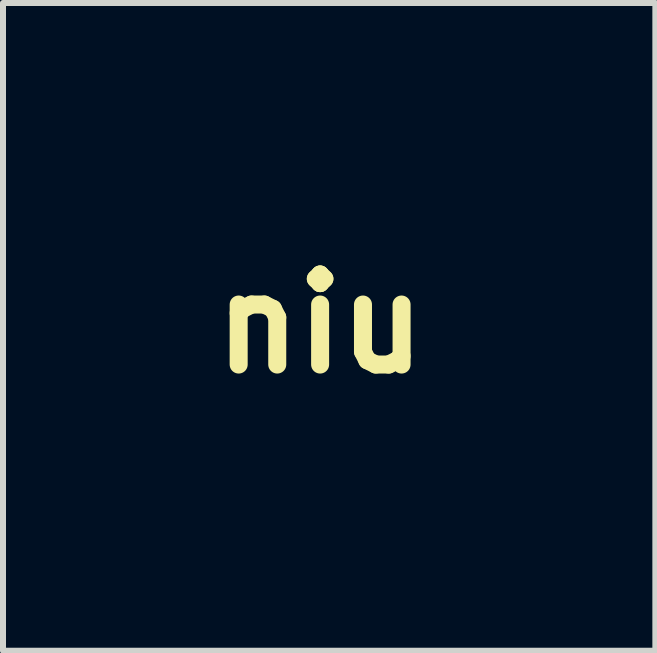
<source format=kicad_pcb>
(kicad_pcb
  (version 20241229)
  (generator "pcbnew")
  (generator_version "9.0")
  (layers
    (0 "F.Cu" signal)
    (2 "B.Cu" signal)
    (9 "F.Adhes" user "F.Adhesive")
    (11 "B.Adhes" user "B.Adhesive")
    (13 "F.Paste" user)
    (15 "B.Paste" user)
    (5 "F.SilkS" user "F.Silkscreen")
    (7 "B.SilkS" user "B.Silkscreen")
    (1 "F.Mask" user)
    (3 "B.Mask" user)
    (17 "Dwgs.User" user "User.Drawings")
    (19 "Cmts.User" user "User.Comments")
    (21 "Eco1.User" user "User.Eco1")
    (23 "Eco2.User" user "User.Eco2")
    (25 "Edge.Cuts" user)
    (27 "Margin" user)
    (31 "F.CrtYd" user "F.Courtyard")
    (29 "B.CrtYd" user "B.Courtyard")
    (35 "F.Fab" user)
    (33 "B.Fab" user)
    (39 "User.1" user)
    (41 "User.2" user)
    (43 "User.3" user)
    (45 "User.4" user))
  (footprint "niu"
    (layer "F.Cu")
    (at 2.284 2.346)
    (property "Reference" "niu" (at 0 0 0) (layer "F.SilkS") (effects (font (size 1.5 1.5) (thickness 0.3))))
    (attr board_only exclude_from_pos_files exclude_from_bom)
    (fp_poly (pts (xy 0.319 -2.345) (xy 0.438 -2.316) (xy 0.506 -2.273) (xy 0.578 -2.2) (xy 0.579 -2.13) (xy 0.56 -2.09) (xy 0.538 -2.001) (xy 0.52 -1.839) (xy 0.51 -1.625) (xy 0.508 -1.458) (xy 0.508 -0.924) (xy 0.826 -0.924) (xy 1.145 -0.924) (xy 1.293 -1.155) (xy 1.382 -1.278) (xy 1.46 -1.362) (xy 1.501 -1.385) (xy 1.569 -1.355) (xy 1.675 -1.277) (xy 1.797 -1.171) (xy 1.912 -1.06) (xy 1.997 -0.962) (xy 2.032 -0.898) (xy 2.032 -0.897) (xy 2.02 -0.858) (xy 1.976 -0.828) (xy 1.889 -0.807) (xy 1.747 -0.792) (xy 1.538 -0.782) (xy 1.25 -0.775) (xy 1.178 -0.773) (xy 0.531 -0.762) (xy 0.531 -0.185) (xy 0.531 0.393) (xy 1.027 0.406) (xy 1.248 0.412) (xy 1.4 0.408) (xy 1.505 0.386) (xy 1.586 0.334) (xy 1.667 0.242) (xy 1.77 0.1) (xy 1.8 0.058) (xy 1.887 -0.053) (xy 1.957 -0.124) (xy 1.983 -0.139) (xy 2.043 -0.107) (xy 2.144 -0.027) (xy 2.267 0.084) (xy 2.392 0.206) (xy 2.499 0.321) (xy 2.57 0.408) (xy 2.586 0.444) (xy 2.572 0.465) (xy 2.523 0.481) (xy 2.428 0.493) (xy 2.278 0.501) (xy 2.063 0.506) (xy 1.771 0.508) (xy 1.547 0.508) (xy 0.508 0.508) (xy 0.508 1.406) (xy 0.508 1.715) (xy 0.506 1.945) (xy 0.501 2.109) (xy 0.491 2.219) (xy 0.476 2.29) (xy 0.453 2.334) (xy 0.422 2.364) (xy 0.405 2.376) (xy 0.292 2.421) (xy 0.134 2.446) (xy 0.082 2.448) (xy -0.139 2.448) (xy -0.139 1.478) (xy -0.139 0.508) (xy -1.233 0.508) (xy -1.582 0.506) (xy -1.869 0.501) (xy -2.086 0.493) (xy -2.227 0.483) (xy -2.284 0.47) (xy -2.284 0.465) (xy -2.209 0.43) (xy -2.101 0.408) (xy -2.033 0.392) (xy -1.763 0.392) (xy -1.71 0.4) (xy -1.581 0.405) (xy -1.391 0.408) (xy -1.156 0.408) (xy -0.95 0.405) (xy -0.162 0.393) (xy -0.149 -0.196) (xy -0.136 -0.785) (xy -0.495 -0.784) (xy -0.699 -0.781) (xy -0.832 -0.766) (xy -0.916 -0.733) (xy -0.974 -0.673) (xy -1.016 -0.6) (xy -1.09 -0.482) (xy -1.207 -0.319) (xy -1.349 -0.135) (xy -1.498 0.047) (xy -1.629 0.195) (xy -1.715 0.297) (xy -1.761 0.371) (xy -1.763 0.392) (xy -2.033 0.392) (xy -2.032 0.392) (xy -1.973 0.352) (xy -1.912 0.27) (xy -1.836 0.131) (xy -1.77 0) (xy -1.563 -0.509) (xy -1.409 -1.068) (xy -1.342 -1.451) (xy -1.306 -1.664) (xy -1.259 -1.798) (xy -1.184 -1.863) (xy -1.066 -1.874) (xy -0.888 -1.841) (xy -0.846 -1.831) (xy -0.678 -1.782) (xy -0.541 -1.73) (xy -0.465 -1.686) (xy -0.426 -1.629) (xy -0.446 -1.568) (xy -0.491 -1.513) (xy -0.593 -1.378) (xy -0.7 -1.204) (xy -0.784 -1.038) (xy -0.798 -1.004) (xy -0.804 -0.963) (xy -0.774 -0.939) (xy -0.689 -0.927) (xy -0.533 -0.924) (xy -0.485 -0.924) (xy -0.141 -0.924) (xy -0.128 -1.628) (xy -0.115 -2.332) (xy 0.142 -2.346)) (stroke (width 0) (type solid)) (fill yes) (layer "F.Mask")))
  (gr_rect
    (start -3 -3)
    (end 7.87 7.793)
    (stroke (width 0.1) (type default))
    (fill no)
    (layer "Edge.Cuts")))
</source>
